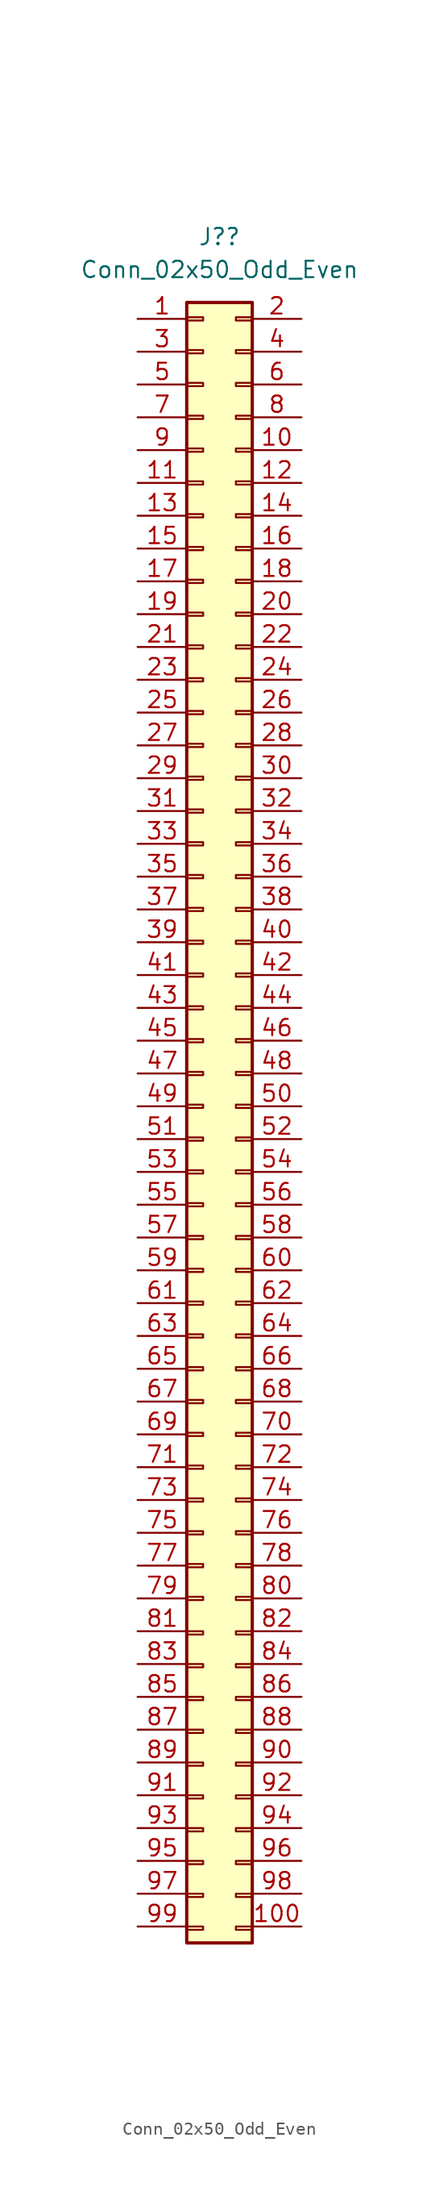
<source format=kicad_sym>
(kicad_symbol_lib
  (version 20220914)
  (generator kicad_symbol_editor)
  (symbol "Conn_02x50_Odd_Even"
    (pin_names
      (offset 1.016) hide)
    (property "Reference" "J?"
      (at 1.27 54.61 0)
      (effects (font (size 1.27 1.27))))
    (property "Value" "Conn_02x50_Odd_Even"
      (at 1.27 52.07 0)
      (effects (font (size 1.27 1.27))))
    (symbol "Conn_02x50_Odd_Even_1_1"
      (rectangle (start -1.27 -76.2) (end 0 -76.454) (stroke (width 0.152) (type default)) (fill (type none)))
      (rectangle (start -1.27 -73.66) (end 0 -73.914) (stroke (width 0.152) (type default)) (fill (type none)))
      (rectangle (start -1.27 -71.12) (end 0 -71.374) (stroke (width 0.152) (type default)) (fill (type none)))
      (rectangle (start -1.27 -68.58) (end 0 -68.834) (stroke (width 0.152) (type default)) (fill (type none)))
      (rectangle (start -1.27 -66.04) (end 0 -66.294) (stroke (width 0.152) (type default)) (fill (type none)))
      (rectangle (start -1.27 -63.5) (end 0 -63.754) (stroke (width 0.152) (type default)) (fill (type none)))
      (rectangle (start -1.27 -60.96) (end 0 -61.214) (stroke (width 0.152) (type default)) (fill (type none)))
      (rectangle (start -1.27 -58.42) (end 0 -58.674) (stroke (width 0.152) (type default)) (fill (type none)))
      (rectangle (start -1.27 -55.88) (end 0 -56.134) (stroke (width 0.152) (type default)) (fill (type none)))
      (rectangle (start -1.27 -53.34) (end 0 -53.594) (stroke (width 0.152) (type default)) (fill (type none)))
      (rectangle (start -1.27 -50.673) (end 0 -50.927) (stroke (width 0.152) (type default)) (fill (type none)))
      (rectangle (start -1.27 -48.133) (end 0 -48.387) (stroke (width 0.152) (type default)) (fill (type none)))
      (rectangle (start -1.27 -45.593) (end 0 -45.847) (stroke (width 0.152) (type default)) (fill (type none)))
      (rectangle (start -1.27 -43.053) (end 0 -43.307) (stroke (width 0.152) (type default)) (fill (type none)))
      (rectangle (start -1.27 -40.513) (end 0 -40.767) (stroke (width 0.152) (type default)) (fill (type none)))
      (rectangle (start -1.27 -37.973) (end 0 -38.227) (stroke (width 0.152) (type default)) (fill (type none)))
      (rectangle (start -1.27 -35.433) (end 0 -35.687) (stroke (width 0.152) (type default)) (fill (type none)))
      (rectangle (start -1.27 -32.893) (end 0 -33.147) (stroke (width 0.152) (type default)) (fill (type none)))
      (rectangle (start -1.27 -30.353) (end 0 -30.607) (stroke (width 0.152) (type default)) (fill (type none)))
      (rectangle (start -1.27 -27.813) (end 0 -28.067) (stroke (width 0.152) (type default)) (fill (type none)))
      (rectangle (start -1.27 -25.273) (end 0 -25.527) (stroke (width 0.152) (type default)) (fill (type none)))
      (rectangle (start -1.27 -22.733) (end 0 -22.987) (stroke (width 0.152) (type default)) (fill (type none)))
      (rectangle (start -1.27 -20.193) (end 0 -20.447) (stroke (width 0.152) (type default)) (fill (type none)))
      (rectangle (start -1.27 -17.653) (end 0 -17.907) (stroke (width 0.152) (type default)) (fill (type none)))
      (rectangle (start -1.27 -15.113) (end 0 -15.367) (stroke (width 0.152) (type default)) (fill (type none)))
      (rectangle (start -1.27 -12.573) (end 0 -12.827) (stroke (width 0.152) (type default)) (fill (type none)))
      (rectangle (start -1.27 -10.033) (end 0 -10.287) (stroke (width 0.152) (type default)) (fill (type none)))
      (rectangle (start -1.27 -7.493) (end 0 -7.747) (stroke (width 0.152) (type default)) (fill (type none)))
      (rectangle (start -1.27 -4.953) (end 0 -5.207) (stroke (width 0.152) (type default)) (fill (type none)))
      (rectangle (start -1.27 -2.413) (end 0 -2.667) (stroke (width 0.152) (type default)) (fill (type none)))
      (rectangle (start -1.27 0.127) (end 0 -0.127) (stroke (width 0.152) (type default)) (fill (type none)))
      (rectangle (start -1.27 2.667) (end 0 2.413) (stroke (width 0.152) (type default)) (fill (type none)))
      (rectangle (start -1.27 5.207) (end 0 4.953) (stroke (width 0.152) (type default)) (fill (type none)))
      (rectangle (start -1.27 7.747) (end 0 7.493) (stroke (width 0.152) (type default)) (fill (type none)))
      (rectangle (start -1.27 10.287) (end 0 10.033) (stroke (width 0.152) (type default)) (fill (type none)))
      (rectangle (start -1.27 12.827) (end 0 12.573) (stroke (width 0.152) (type default)) (fill (type none)))
      (rectangle (start -1.27 15.367) (end 0 15.113) (stroke (width 0.152) (type default)) (fill (type none)))
      (rectangle (start -1.27 17.907) (end 0 17.653) (stroke (width 0.152) (type default)) (fill (type none)))
      (rectangle (start -1.27 20.447) (end 0 20.193) (stroke (width 0.152) (type default)) (fill (type none)))
      (rectangle (start -1.27 22.987) (end 0 22.733) (stroke (width 0.152) (type default)) (fill (type none)))
      (rectangle (start -1.27 25.527) (end 0 25.273) (stroke (width 0.152) (type default)) (fill (type none)))
      (rectangle (start -1.27 28.067) (end 0 27.813) (stroke (width 0.152) (type default)) (fill (type none)))
      (rectangle (start -1.27 30.607) (end 0 30.353) (stroke (width 0.152) (type default)) (fill (type none)))
      (rectangle (start -1.27 33.147) (end 0 32.893) (stroke (width 0.152) (type default)) (fill (type none)))
      (rectangle (start -1.27 35.687) (end 0 35.433) (stroke (width 0.152) (type default)) (fill (type none)))
      (rectangle (start -1.27 38.227) (end 0 37.973) (stroke (width 0.152) (type default)) (fill (type none)))
      (rectangle (start -1.27 40.767) (end 0 40.513) (stroke (width 0.152) (type default)) (fill (type none)))
      (rectangle (start -1.27 43.307) (end 0 43.053) (stroke (width 0.152) (type default)) (fill (type none)))
      (rectangle (start -1.27 45.847) (end 0 45.593) (stroke (width 0.152) (type default)) (fill (type none)))
      (rectangle (start -1.27 48.387) (end 0 48.133) (stroke (width 0.152) (type default)) (fill (type none)))
      (rectangle (start -1.27 49.53) (end 3.81 -77.47) (stroke (width 0.254) (type default)) (fill (type background)))
      (rectangle (start 3.81 -76.2) (end 2.54 -76.454) (stroke (width 0.152) (type default)) (fill (type none)))
      (rectangle (start 3.81 -73.66) (end 2.54 -73.914) (stroke (width 0.152) (type default)) (fill (type none)))
      (rectangle (start 3.81 -71.12) (end 2.54 -71.374) (stroke (width 0.152) (type default)) (fill (type none)))
      (rectangle (start 3.81 -68.58) (end 2.54 -68.834) (stroke (width 0.152) (type default)) (fill (type none)))
      (rectangle (start 3.81 -66.04) (end 2.54 -66.294) (stroke (width 0.152) (type default)) (fill (type none)))
      (rectangle (start 3.81 -63.5) (end 2.54 -63.754) (stroke (width 0.152) (type default)) (fill (type none)))
      (rectangle (start 3.81 -60.96) (end 2.54 -61.214) (stroke (width 0.152) (type default)) (fill (type none)))
      (rectangle (start 3.81 -58.42) (end 2.54 -58.674) (stroke (width 0.152) (type default)) (fill (type none)))
      (rectangle (start 3.81 -55.88) (end 2.54 -56.134) (stroke (width 0.152) (type default)) (fill (type none)))
      (rectangle (start 3.81 -53.34) (end 2.54 -53.594) (stroke (width 0.152) (type default)) (fill (type none)))
      (rectangle (start 3.81 -50.673) (end 2.54 -50.927) (stroke (width 0.152) (type default)) (fill (type none)))
      (rectangle (start 3.81 -48.133) (end 2.54 -48.387) (stroke (width 0.152) (type default)) (fill (type none)))
      (rectangle (start 3.81 -45.593) (end 2.54 -45.847) (stroke (width 0.152) (type default)) (fill (type none)))
      (rectangle (start 3.81 -43.053) (end 2.54 -43.307) (stroke (width 0.152) (type default)) (fill (type none)))
      (rectangle (start 3.81 -40.513) (end 2.54 -40.767) (stroke (width 0.152) (type default)) (fill (type none)))
      (rectangle (start 3.81 -37.973) (end 2.54 -38.227) (stroke (width 0.152) (type default)) (fill (type none)))
      (rectangle (start 3.81 -35.433) (end 2.54 -35.687) (stroke (width 0.152) (type default)) (fill (type none)))
      (rectangle (start 3.81 -32.893) (end 2.54 -33.147) (stroke (width 0.152) (type default)) (fill (type none)))
      (rectangle (start 3.81 -30.353) (end 2.54 -30.607) (stroke (width 0.152) (type default)) (fill (type none)))
      (rectangle (start 3.81 -27.813) (end 2.54 -28.067) (stroke (width 0.152) (type default)) (fill (type none)))
      (rectangle (start 3.81 -25.273) (end 2.54 -25.527) (stroke (width 0.152) (type default)) (fill (type none)))
      (rectangle (start 3.81 -22.733) (end 2.54 -22.987) (stroke (width 0.152) (type default)) (fill (type none)))
      (rectangle (start 3.81 -20.193) (end 2.54 -20.447) (stroke (width 0.152) (type default)) (fill (type none)))
      (rectangle (start 3.81 -17.653) (end 2.54 -17.907) (stroke (width 0.152) (type default)) (fill (type none)))
      (rectangle (start 3.81 -15.113) (end 2.54 -15.367) (stroke (width 0.152) (type default)) (fill (type none)))
      (rectangle (start 3.81 -12.573) (end 2.54 -12.827) (stroke (width 0.152) (type default)) (fill (type none)))
      (rectangle (start 3.81 -10.033) (end 2.54 -10.287) (stroke (width 0.152) (type default)) (fill (type none)))
      (rectangle (start 3.81 -7.493) (end 2.54 -7.747) (stroke (width 0.152) (type default)) (fill (type none)))
      (rectangle (start 3.81 -4.953) (end 2.54 -5.207) (stroke (width 0.152) (type default)) (fill (type none)))
      (rectangle (start 3.81 -2.413) (end 2.54 -2.667) (stroke (width 0.152) (type default)) (fill (type none)))
      (rectangle (start 3.81 0.127) (end 2.54 -0.127) (stroke (width 0.152) (type default)) (fill (type none)))
      (rectangle (start 3.81 2.667) (end 2.54 2.413) (stroke (width 0.152) (type default)) (fill (type none)))
      (rectangle (start 3.81 5.207) (end 2.54 4.953) (stroke (width 0.152) (type default)) (fill (type none)))
      (rectangle (start 3.81 7.747) (end 2.54 7.493) (stroke (width 0.152) (type default)) (fill (type none)))
      (rectangle (start 3.81 10.287) (end 2.54 10.033) (stroke (width 0.152) (type default)) (fill (type none)))
      (rectangle (start 3.81 12.827) (end 2.54 12.573) (stroke (width 0.152) (type default)) (fill (type none)))
      (rectangle (start 3.81 15.367) (end 2.54 15.113) (stroke (width 0.152) (type default)) (fill (type none)))
      (rectangle (start 3.81 17.907) (end 2.54 17.653) (stroke (width 0.152) (type default)) (fill (type none)))
      (rectangle (start 3.81 20.447) (end 2.54 20.193) (stroke (width 0.152) (type default)) (fill (type none)))
      (rectangle (start 3.81 22.987) (end 2.54 22.733) (stroke (width 0.152) (type default)) (fill (type none)))
      (rectangle (start 3.81 25.527) (end 2.54 25.273) (stroke (width 0.152) (type default)) (fill (type none)))
      (rectangle (start 3.81 28.067) (end 2.54 27.813) (stroke (width 0.152) (type default)) (fill (type none)))
      (rectangle (start 3.81 30.607) (end 2.54 30.353) (stroke (width 0.152) (type default)) (fill (type none)))
      (rectangle (start 3.81 33.147) (end 2.54 32.893) (stroke (width 0.152) (type default)) (fill (type none)))
      (rectangle (start 3.81 35.687) (end 2.54 35.433) (stroke (width 0.152) (type default)) (fill (type none)))
      (rectangle (start 3.81 38.227) (end 2.54 37.973) (stroke (width 0.152) (type default)) (fill (type none)))
      (rectangle (start 3.81 40.767) (end 2.54 40.513) (stroke (width 0.152) (type default)) (fill (type none)))
      (rectangle (start 3.81 43.307) (end 2.54 43.053) (stroke (width 0.152) (type default)) (fill (type none)))
      (rectangle (start 3.81 45.847) (end 2.54 45.593) (stroke (width 0.152) (type default)) (fill (type none)))
      (rectangle (start 3.81 48.387) (end 2.54 48.133) (stroke (width 0.152) (type default)) (fill (type none)))
      (pin passive line (at -5.08 48.26 0) (length 3.81) (name "Pin_1" (effects (font (size 1.27 1.27)))) (number "1" (effects (font (size 1.27 1.27)))))
      (pin passive line (at 7.62 38.1 180) (length 3.81) (name "Pin_10" (effects (font (size 1.27 1.27)))) (number "10" (effects (font (size 1.27 1.27)))))
      (pin passive line (at 7.62 -76.2 180) (length 3.81) (name "Pin_100" (effects (font (size 1.27 1.27)))) (number "100" (effects (font (size 1.27 1.27)))))
      (pin passive line (at -5.08 35.56 0) (length 3.81) (name "Pin_11" (effects (font (size 1.27 1.27)))) (number "11" (effects (font (size 1.27 1.27)))))
      (pin passive line (at 7.62 35.56 180) (length 3.81) (name "Pin_12" (effects (font (size 1.27 1.27)))) (number "12" (effects (font (size 1.27 1.27)))))
      (pin passive line (at -5.08 33.02 0) (length 3.81) (name "Pin_13" (effects (font (size 1.27 1.27)))) (number "13" (effects (font (size 1.27 1.27)))))
      (pin passive line (at 7.62 33.02 180) (length 3.81) (name "Pin_14" (effects (font (size 1.27 1.27)))) (number "14" (effects (font (size 1.27 1.27)))))
      (pin passive line (at -5.08 30.48 0) (length 3.81) (name "Pin_15" (effects (font (size 1.27 1.27)))) (number "15" (effects (font (size 1.27 1.27)))))
      (pin passive line (at 7.62 30.48 180) (length 3.81) (name "Pin_16" (effects (font (size 1.27 1.27)))) (number "16" (effects (font (size 1.27 1.27)))))
      (pin passive line (at -5.08 27.94 0) (length 3.81) (name "Pin_17" (effects (font (size 1.27 1.27)))) (number "17" (effects (font (size 1.27 1.27)))))
      (pin passive line (at 7.62 27.94 180) (length 3.81) (name "Pin_18" (effects (font (size 1.27 1.27)))) (number "18" (effects (font (size 1.27 1.27)))))
      (pin passive line (at -5.08 25.4 0) (length 3.81) (name "Pin_19" (effects (font (size 1.27 1.27)))) (number "19" (effects (font (size 1.27 1.27)))))
      (pin passive line (at 7.62 48.26 180) (length 3.81) (name "Pin_2" (effects (font (size 1.27 1.27)))) (number "2" (effects (font (size 1.27 1.27)))))
      (pin passive line (at 7.62 25.4 180) (length 3.81) (name "Pin_20" (effects (font (size 1.27 1.27)))) (number "20" (effects (font (size 1.27 1.27)))))
      (pin passive line (at -5.08 22.86 0) (length 3.81) (name "Pin_21" (effects (font (size 1.27 1.27)))) (number "21" (effects (font (size 1.27 1.27)))))
      (pin passive line (at 7.62 22.86 180) (length 3.81) (name "Pin_22" (effects (font (size 1.27 1.27)))) (number "22" (effects (font (size 1.27 1.27)))))
      (pin passive line (at -5.08 20.32 0) (length 3.81) (name "Pin_23" (effects (font (size 1.27 1.27)))) (number "23" (effects (font (size 1.27 1.27)))))
      (pin passive line (at 7.62 20.32 180) (length 3.81) (name "Pin_24" (effects (font (size 1.27 1.27)))) (number "24" (effects (font (size 1.27 1.27)))))
      (pin passive line (at -5.08 17.78 0) (length 3.81) (name "Pin_25" (effects (font (size 1.27 1.27)))) (number "25" (effects (font (size 1.27 1.27)))))
      (pin passive line (at 7.62 17.78 180) (length 3.81) (name "Pin_26" (effects (font (size 1.27 1.27)))) (number "26" (effects (font (size 1.27 1.27)))))
      (pin passive line (at -5.08 15.24 0) (length 3.81) (name "Pin_27" (effects (font (size 1.27 1.27)))) (number "27" (effects (font (size 1.27 1.27)))))
      (pin passive line (at 7.62 15.24 180) (length 3.81) (name "Pin_28" (effects (font (size 1.27 1.27)))) (number "28" (effects (font (size 1.27 1.27)))))
      (pin passive line (at -5.08 12.7 0) (length 3.81) (name "Pin_29" (effects (font (size 1.27 1.27)))) (number "29" (effects (font (size 1.27 1.27)))))
      (pin passive line (at -5.08 45.72 0) (length 3.81) (name "Pin_3" (effects (font (size 1.27 1.27)))) (number "3" (effects (font (size 1.27 1.27)))))
      (pin passive line (at 7.62 12.7 180) (length 3.81) (name "Pin_30" (effects (font (size 1.27 1.27)))) (number "30" (effects (font (size 1.27 1.27)))))
      (pin passive line (at -5.08 10.16 0) (length 3.81) (name "Pin_31" (effects (font (size 1.27 1.27)))) (number "31" (effects (font (size 1.27 1.27)))))
      (pin passive line (at 7.62 10.16 180) (length 3.81) (name "Pin_32" (effects (font (size 1.27 1.27)))) (number "32" (effects (font (size 1.27 1.27)))))
      (pin passive line (at -5.08 7.62 0) (length 3.81) (name "Pin_33" (effects (font (size 1.27 1.27)))) (number "33" (effects (font (size 1.27 1.27)))))
      (pin passive line (at 7.62 7.62 180) (length 3.81) (name "Pin_34" (effects (font (size 1.27 1.27)))) (number "34" (effects (font (size 1.27 1.27)))))
      (pin passive line (at -5.08 5.08 0) (length 3.81) (name "Pin_35" (effects (font (size 1.27 1.27)))) (number "35" (effects (font (size 1.27 1.27)))))
      (pin passive line (at 7.62 5.08 180) (length 3.81) (name "Pin_36" (effects (font (size 1.27 1.27)))) (number "36" (effects (font (size 1.27 1.27)))))
      (pin passive line (at -5.08 2.54 0) (length 3.81) (name "Pin_37" (effects (font (size 1.27 1.27)))) (number "37" (effects (font (size 1.27 1.27)))))
      (pin passive line (at 7.62 2.54 180) (length 3.81) (name "Pin_38" (effects (font (size 1.27 1.27)))) (number "38" (effects (font (size 1.27 1.27)))))
      (pin passive line (at -5.08 0 0) (length 3.81) (name "Pin_39" (effects (font (size 1.27 1.27)))) (number "39" (effects (font (size 1.27 1.27)))))
      (pin passive line (at 7.62 45.72 180) (length 3.81) (name "Pin_4" (effects (font (size 1.27 1.27)))) (number "4" (effects (font (size 1.27 1.27)))))
      (pin passive line (at 7.62 0 180) (length 3.81) (name "Pin_40" (effects (font (size 1.27 1.27)))) (number "40" (effects (font (size 1.27 1.27)))))
      (pin passive line (at -5.08 -2.54 0) (length 3.81) (name "Pin_41" (effects (font (size 1.27 1.27)))) (number "41" (effects (font (size 1.27 1.27)))))
      (pin passive line (at 7.62 -2.54 180) (length 3.81) (name "Pin_42" (effects (font (size 1.27 1.27)))) (number "42" (effects (font (size 1.27 1.27)))))
      (pin passive line (at -5.08 -5.08 0) (length 3.81) (name "Pin_43" (effects (font (size 1.27 1.27)))) (number "43" (effects (font (size 1.27 1.27)))))
      (pin passive line (at 7.62 -5.08 180) (length 3.81) (name "Pin_44" (effects (font (size 1.27 1.27)))) (number "44" (effects (font (size 1.27 1.27)))))
      (pin passive line (at -5.08 -7.62 0) (length 3.81) (name "Pin_45" (effects (font (size 1.27 1.27)))) (number "45" (effects (font (size 1.27 1.27)))))
      (pin passive line (at 7.62 -7.62 180) (length 3.81) (name "Pin_46" (effects (font (size 1.27 1.27)))) (number "46" (effects (font (size 1.27 1.27)))))
      (pin passive line (at -5.08 -10.16 0) (length 3.81) (name "Pin_47" (effects (font (size 1.27 1.27)))) (number "47" (effects (font (size 1.27 1.27)))))
      (pin passive line (at 7.62 -10.16 180) (length 3.81) (name "Pin_48" (effects (font (size 1.27 1.27)))) (number "48" (effects (font (size 1.27 1.27)))))
      (pin passive line (at -5.08 -12.7 0) (length 3.81) (name "Pin_49" (effects (font (size 1.27 1.27)))) (number "49" (effects (font (size 1.27 1.27)))))
      (pin passive line (at -5.08 43.18 0) (length 3.81) (name "Pin_5" (effects (font (size 1.27 1.27)))) (number "5" (effects (font (size 1.27 1.27)))))
      (pin passive line (at 7.62 -12.7 180) (length 3.81) (name "Pin_50" (effects (font (size 1.27 1.27)))) (number "50" (effects (font (size 1.27 1.27)))))
      (pin passive line (at -5.08 -15.24 0) (length 3.81) (name "Pin_51" (effects (font (size 1.27 1.27)))) (number "51" (effects (font (size 1.27 1.27)))))
      (pin passive line (at 7.62 -15.24 180) (length 3.81) (name "Pin_52" (effects (font (size 1.27 1.27)))) (number "52" (effects (font (size 1.27 1.27)))))
      (pin passive line (at -5.08 -17.78 0) (length 3.81) (name "Pin_53" (effects (font (size 1.27 1.27)))) (number "53" (effects (font (size 1.27 1.27)))))
      (pin passive line (at 7.62 -17.78 180) (length 3.81) (name "Pin_54" (effects (font (size 1.27 1.27)))) (number "54" (effects (font (size 1.27 1.27)))))
      (pin passive line (at -5.08 -20.32 0) (length 3.81) (name "Pin_55" (effects (font (size 1.27 1.27)))) (number "55" (effects (font (size 1.27 1.27)))))
      (pin passive line (at 7.62 -20.32 180) (length 3.81) (name "Pin_56" (effects (font (size 1.27 1.27)))) (number "56" (effects (font (size 1.27 1.27)))))
      (pin passive line (at -5.08 -22.86 0) (length 3.81) (name "Pin_57" (effects (font (size 1.27 1.27)))) (number "57" (effects (font (size 1.27 1.27)))))
      (pin passive line (at 7.62 -22.86 180) (length 3.81) (name "Pin_58" (effects (font (size 1.27 1.27)))) (number "58" (effects (font (size 1.27 1.27)))))
      (pin passive line (at -5.08 -25.4 0) (length 3.81) (name "Pin_59" (effects (font (size 1.27 1.27)))) (number "59" (effects (font (size 1.27 1.27)))))
      (pin passive line (at 7.62 43.18 180) (length 3.81) (name "Pin_6" (effects (font (size 1.27 1.27)))) (number "6" (effects (font (size 1.27 1.27)))))
      (pin passive line (at 7.62 -25.4 180) (length 3.81) (name "Pin_60" (effects (font (size 1.27 1.27)))) (number "60" (effects (font (size 1.27 1.27)))))
      (pin passive line (at -5.08 -27.94 0) (length 3.81) (name "Pin_61" (effects (font (size 1.27 1.27)))) (number "61" (effects (font (size 1.27 1.27)))))
      (pin passive line (at 7.62 -27.94 180) (length 3.81) (name "Pin_62" (effects (font (size 1.27 1.27)))) (number "62" (effects (font (size 1.27 1.27)))))
      (pin passive line (at -5.08 -30.48 0) (length 3.81) (name "Pin_63" (effects (font (size 1.27 1.27)))) (number "63" (effects (font (size 1.27 1.27)))))
      (pin passive line (at 7.62 -30.48 180) (length 3.81) (name "Pin_64" (effects (font (size 1.27 1.27)))) (number "64" (effects (font (size 1.27 1.27)))))
      (pin passive line (at -5.08 -33.02 0) (length 3.81) (name "Pin_65" (effects (font (size 1.27 1.27)))) (number "65" (effects (font (size 1.27 1.27)))))
      (pin passive line (at 7.62 -33.02 180) (length 3.81) (name "Pin_66" (effects (font (size 1.27 1.27)))) (number "66" (effects (font (size 1.27 1.27)))))
      (pin passive line (at -5.08 -35.56 0) (length 3.81) (name "Pin_67" (effects (font (size 1.27 1.27)))) (number "67" (effects (font (size 1.27 1.27)))))
      (pin passive line (at 7.62 -35.56 180) (length 3.81) (name "Pin_68" (effects (font (size 1.27 1.27)))) (number "68" (effects (font (size 1.27 1.27)))))
      (pin passive line (at -5.08 -38.1 0) (length 3.81) (name "Pin_69" (effects (font (size 1.27 1.27)))) (number "69" (effects (font (size 1.27 1.27)))))
      (pin passive line (at -5.08 40.64 0) (length 3.81) (name "Pin_7" (effects (font (size 1.27 1.27)))) (number "7" (effects (font (size 1.27 1.27)))))
      (pin passive line (at 7.62 -38.1 180) (length 3.81) (name "Pin_70" (effects (font (size 1.27 1.27)))) (number "70" (effects (font (size 1.27 1.27)))))
      (pin passive line (at -5.08 -40.64 0) (length 3.81) (name "Pin_71" (effects (font (size 1.27 1.27)))) (number "71" (effects (font (size 1.27 1.27)))))
      (pin passive line (at 7.62 -40.64 180) (length 3.81) (name "Pin_72" (effects (font (size 1.27 1.27)))) (number "72" (effects (font (size 1.27 1.27)))))
      (pin passive line (at -5.08 -43.18 0) (length 3.81) (name "Pin_73" (effects (font (size 1.27 1.27)))) (number "73" (effects (font (size 1.27 1.27)))))
      (pin passive line (at 7.62 -43.18 180) (length 3.81) (name "Pin_74" (effects (font (size 1.27 1.27)))) (number "74" (effects (font (size 1.27 1.27)))))
      (pin passive line (at -5.08 -45.72 0) (length 3.81) (name "Pin_75" (effects (font (size 1.27 1.27)))) (number "75" (effects (font (size 1.27 1.27)))))
      (pin passive line (at 7.62 -45.72 180) (length 3.81) (name "Pin_76" (effects (font (size 1.27 1.27)))) (number "76" (effects (font (size 1.27 1.27)))))
      (pin passive line (at -5.08 -48.26 0) (length 3.81) (name "Pin_77" (effects (font (size 1.27 1.27)))) (number "77" (effects (font (size 1.27 1.27)))))
      (pin passive line (at 7.62 -48.26 180) (length 3.81) (name "Pin_78" (effects (font (size 1.27 1.27)))) (number "78" (effects (font (size 1.27 1.27)))))
      (pin passive line (at -5.08 -50.8 0) (length 3.81) (name "Pin_79" (effects (font (size 1.27 1.27)))) (number "79" (effects (font (size 1.27 1.27)))))
      (pin passive line (at 7.62 40.64 180) (length 3.81) (name "Pin_8" (effects (font (size 1.27 1.27)))) (number "8" (effects (font (size 1.27 1.27)))))
      (pin passive line (at 7.62 -50.8 180) (length 3.81) (name "Pin_80" (effects (font (size 1.27 1.27)))) (number "80" (effects (font (size 1.27 1.27)))))
      (pin passive line (at -5.08 -53.34 0) (length 3.81) (name "Pin_81" (effects (font (size 1.27 1.27)))) (number "81" (effects (font (size 1.27 1.27)))))
      (pin passive line (at 7.62 -53.34 180) (length 3.81) (name "Pin_82" (effects (font (size 1.27 1.27)))) (number "82" (effects (font (size 1.27 1.27)))))
      (pin passive line (at -5.08 -55.88 0) (length 3.81) (name "Pin_83" (effects (font (size 1.27 1.27)))) (number "83" (effects (font (size 1.27 1.27)))))
      (pin passive line (at 7.62 -55.88 180) (length 3.81) (name "Pin_84" (effects (font (size 1.27 1.27)))) (number "84" (effects (font (size 1.27 1.27)))))
      (pin passive line (at -5.08 -58.42 0) (length 3.81) (name "Pin_85" (effects (font (size 1.27 1.27)))) (number "85" (effects (font (size 1.27 1.27)))))
      (pin passive line (at 7.62 -58.42 180) (length 3.81) (name "Pin_86" (effects (font (size 1.27 1.27)))) (number "86" (effects (font (size 1.27 1.27)))))
      (pin passive line (at -5.08 -60.96 0) (length 3.81) (name "Pin_87" (effects (font (size 1.27 1.27)))) (number "87" (effects (font (size 1.27 1.27)))))
      (pin passive line (at 7.62 -60.96 180) (length 3.81) (name "Pin_88" (effects (font (size 1.27 1.27)))) (number "88" (effects (font (size 1.27 1.27)))))
      (pin passive line (at -5.08 -63.5 0) (length 3.81) (name "Pin_89" (effects (font (size 1.27 1.27)))) (number "89" (effects (font (size 1.27 1.27)))))
      (pin passive line (at -5.08 38.1 0) (length 3.81) (name "Pin_9" (effects (font (size 1.27 1.27)))) (number "9" (effects (font (size 1.27 1.27)))))
      (pin passive line (at 7.62 -63.5 180) (length 3.81) (name "Pin_90" (effects (font (size 1.27 1.27)))) (number "90" (effects (font (size 1.27 1.27)))))
      (pin passive line (at -5.08 -66.04 0) (length 3.81) (name "Pin_91" (effects (font (size 1.27 1.27)))) (number "91" (effects (font (size 1.27 1.27)))))
      (pin passive line (at 7.62 -66.04 180) (length 3.81) (name "Pin_92" (effects (font (size 1.27 1.27)))) (number "92" (effects (font (size 1.27 1.27)))))
      (pin passive line (at -5.08 -68.58 0) (length 3.81) (name "Pin_93" (effects (font (size 1.27 1.27)))) (number "93" (effects (font (size 1.27 1.27)))))
      (pin passive line (at 7.62 -68.58 180) (length 3.81) (name "Pin_94" (effects (font (size 1.27 1.27)))) (number "94" (effects (font (size 1.27 1.27)))))
      (pin passive line (at -5.08 -71.12 0) (length 3.81) (name "Pin_95" (effects (font (size 1.27 1.27)))) (number "95" (effects (font (size 1.27 1.27)))))
      (pin passive line (at 7.62 -71.12 180) (length 3.81) (name "Pin_96" (effects (font (size 1.27 1.27)))) (number "96" (effects (font (size 1.27 1.27)))))
      (pin passive line (at -5.08 -73.66 0) (length 3.81) (name "Pin_97" (effects (font (size 1.27 1.27)))) (number "97" (effects (font (size 1.27 1.27)))))
      (pin passive line (at 7.62 -73.66 180) (length 3.81) (name "Pin_98" (effects (font (size 1.27 1.27)))) (number "98" (effects (font (size 1.27 1.27)))))
      (pin passive line (at -5.08 -76.2 0) (length 3.81) (name "Pin_99" (effects (font (size 1.27 1.27)))) (number "99" (effects (font (size 1.27 1.27))))))))
</source>
